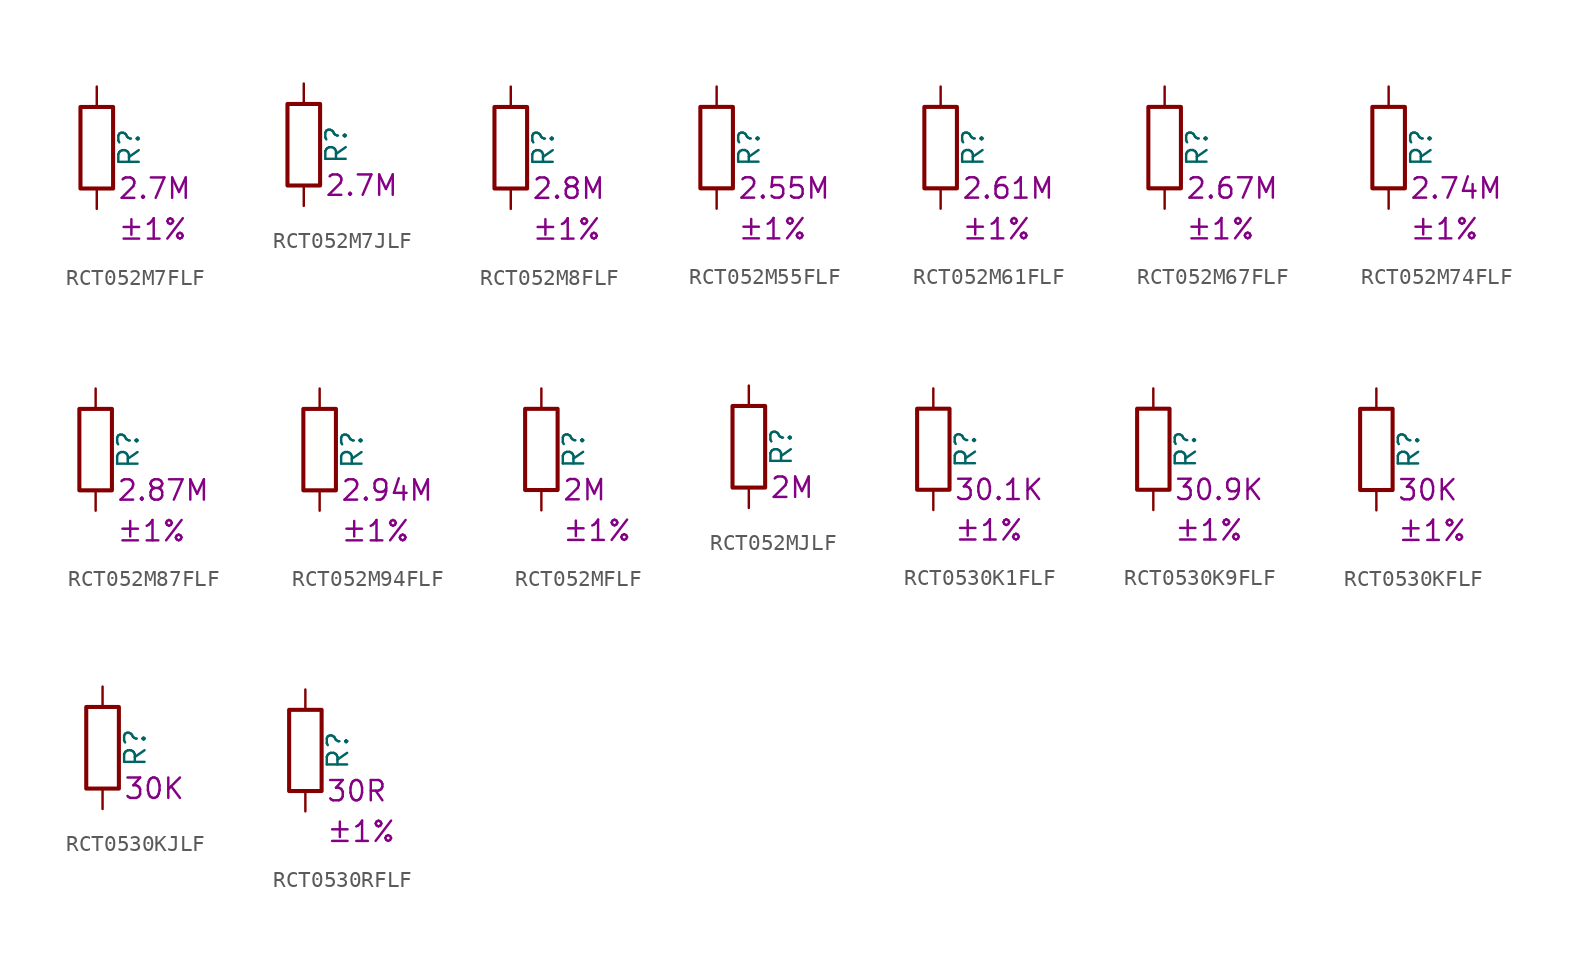
<source format=kicad_sym>
(kicad_symbol_lib
  (version 20220914)
  (generator kicad_symbol_editor)
  (symbol "RCT052M7FLF"
    (pin_numbers hide)
    (pin_names
      (offset 0))
    (property "Reference" "R"
      (at 2.032 0 90)
      (effects (font (size 1.27 1.27))))
    (property "Resistance" "2.7M"
      (at 1.27 -2.54 0)
      (effects (font (size 1.27 1.27)) (justify left)))
    (property "Tolerance" "±1%"
      (at 1.27 -5.08 0)
      (effects (font (size 1.27 1.27)) (justify left)))
    (symbol "RCT052M7FLF_0_1"
      (rectangle (start -1.016 -2.54) (end 1.016 2.54) (stroke (width 0.254) (type default)) (fill (type none))))
    (symbol "RCT052M7FLF_1_1"
      (pin passive line (at 0 3.81 270) (length 1.27) (name "~" (effects (font (size 1.27 1.27)))) (number "1" (effects (font (size 1.27 1.27)))))
      (pin passive line (at 0 -3.81 90) (length 1.27) (name "~" (effects (font (size 1.27 1.27)))) (number "2" (effects (font (size 1.27 1.27)))))))
  (symbol "RCT052M7JLF"
    (pin_numbers hide)
    (pin_names
      (offset 0))
    (property "Reference" "R"
      (at 2.032 0 90)
      (effects (font (size 1.27 1.27))))
    (property "Resistance" "2.7M"
      (at 1.27 -2.54 0)
      (effects (font (size 1.27 1.27)) (justify left)))
    (symbol "RCT052M7JLF_0_1"
      (rectangle (start -1.016 -2.54) (end 1.016 2.54) (stroke (width 0.254) (type default)) (fill (type none))))
    (symbol "RCT052M7JLF_1_1"
      (pin passive line (at 0 3.81 270) (length 1.27) (name "~" (effects (font (size 1.27 1.27)))) (number "1" (effects (font (size 1.27 1.27)))))
      (pin passive line (at 0 -3.81 90) (length 1.27) (name "~" (effects (font (size 1.27 1.27)))) (number "2" (effects (font (size 1.27 1.27)))))))
  (symbol "RCT052M8FLF"
    (pin_numbers hide)
    (pin_names
      (offset 0))
    (property "Reference" "R"
      (at 2.032 0 90)
      (effects (font (size 1.27 1.27))))
    (property "Resistance" "2.8M"
      (at 1.27 -2.54 0)
      (effects (font (size 1.27 1.27)) (justify left)))
    (property "Tolerance" "±1%"
      (at 1.27 -5.08 0)
      (effects (font (size 1.27 1.27)) (justify left)))
    (symbol "RCT052M8FLF_0_1"
      (rectangle (start -1.016 -2.54) (end 1.016 2.54) (stroke (width 0.254) (type default)) (fill (type none))))
    (symbol "RCT052M8FLF_1_1"
      (pin passive line (at 0 3.81 270) (length 1.27) (name "~" (effects (font (size 1.27 1.27)))) (number "1" (effects (font (size 1.27 1.27)))))
      (pin passive line (at 0 -3.81 90) (length 1.27) (name "~" (effects (font (size 1.27 1.27)))) (number "2" (effects (font (size 1.27 1.27)))))))
  (symbol "RCT052M55FLF"
    (pin_numbers hide)
    (pin_names
      (offset 0))
    (property "Reference" "R"
      (at 2.032 0 90)
      (effects (font (size 1.27 1.27))))
    (property "Resistance" "2.55M"
      (at 1.27 -2.54 0)
      (effects (font (size 1.27 1.27)) (justify left)))
    (property "Tolerance" "±1%"
      (at 1.27 -5.08 0)
      (effects (font (size 1.27 1.27)) (justify left)))
    (symbol "RCT052M55FLF_0_1"
      (rectangle (start -1.016 -2.54) (end 1.016 2.54) (stroke (width 0.254) (type default)) (fill (type none))))
    (symbol "RCT052M55FLF_1_1"
      (pin passive line (at 0 3.81 270) (length 1.27) (name "~" (effects (font (size 1.27 1.27)))) (number "1" (effects (font (size 1.27 1.27)))))
      (pin passive line (at 0 -3.81 90) (length 1.27) (name "~" (effects (font (size 1.27 1.27)))) (number "2" (effects (font (size 1.27 1.27)))))))
  (symbol "RCT052M61FLF"
    (pin_numbers hide)
    (pin_names
      (offset 0))
    (property "Reference" "R"
      (at 2.032 0 90)
      (effects (font (size 1.27 1.27))))
    (property "Resistance" "2.61M"
      (at 1.27 -2.54 0)
      (effects (font (size 1.27 1.27)) (justify left)))
    (property "Tolerance" "±1%"
      (at 1.27 -5.08 0)
      (effects (font (size 1.27 1.27)) (justify left)))
    (symbol "RCT052M61FLF_0_1"
      (rectangle (start -1.016 -2.54) (end 1.016 2.54) (stroke (width 0.254) (type default)) (fill (type none))))
    (symbol "RCT052M61FLF_1_1"
      (pin passive line (at 0 3.81 270) (length 1.27) (name "~" (effects (font (size 1.27 1.27)))) (number "1" (effects (font (size 1.27 1.27)))))
      (pin passive line (at 0 -3.81 90) (length 1.27) (name "~" (effects (font (size 1.27 1.27)))) (number "2" (effects (font (size 1.27 1.27)))))))
  (symbol "RCT052M67FLF"
    (pin_numbers hide)
    (pin_names
      (offset 0))
    (property "Reference" "R"
      (at 2.032 0 90)
      (effects (font (size 1.27 1.27))))
    (property "Resistance" "2.67M"
      (at 1.27 -2.54 0)
      (effects (font (size 1.27 1.27)) (justify left)))
    (property "Tolerance" "±1%"
      (at 1.27 -5.08 0)
      (effects (font (size 1.27 1.27)) (justify left)))
    (symbol "RCT052M67FLF_0_1"
      (rectangle (start -1.016 -2.54) (end 1.016 2.54) (stroke (width 0.254) (type default)) (fill (type none))))
    (symbol "RCT052M67FLF_1_1"
      (pin passive line (at 0 3.81 270) (length 1.27) (name "~" (effects (font (size 1.27 1.27)))) (number "1" (effects (font (size 1.27 1.27)))))
      (pin passive line (at 0 -3.81 90) (length 1.27) (name "~" (effects (font (size 1.27 1.27)))) (number "2" (effects (font (size 1.27 1.27)))))))
  (symbol "RCT052M74FLF"
    (pin_numbers hide)
    (pin_names
      (offset 0))
    (property "Reference" "R"
      (at 2.032 0 90)
      (effects (font (size 1.27 1.27))))
    (property "Resistance" "2.74M"
      (at 1.27 -2.54 0)
      (effects (font (size 1.27 1.27)) (justify left)))
    (property "Tolerance" "±1%"
      (at 1.27 -5.08 0)
      (effects (font (size 1.27 1.27)) (justify left)))
    (symbol "RCT052M74FLF_0_1"
      (rectangle (start -1.016 -2.54) (end 1.016 2.54) (stroke (width 0.254) (type default)) (fill (type none))))
    (symbol "RCT052M74FLF_1_1"
      (pin passive line (at 0 3.81 270) (length 1.27) (name "~" (effects (font (size 1.27 1.27)))) (number "1" (effects (font (size 1.27 1.27)))))
      (pin passive line (at 0 -3.81 90) (length 1.27) (name "~" (effects (font (size 1.27 1.27)))) (number "2" (effects (font (size 1.27 1.27)))))))
  (symbol "RCT052M87FLF"
    (pin_numbers hide)
    (pin_names
      (offset 0))
    (property "Reference" "R"
      (at 2.032 0 90)
      (effects (font (size 1.27 1.27))))
    (property "Resistance" "2.87M"
      (at 1.27 -2.54 0)
      (effects (font (size 1.27 1.27)) (justify left)))
    (property "Tolerance" "±1%"
      (at 1.27 -5.08 0)
      (effects (font (size 1.27 1.27)) (justify left)))
    (symbol "RCT052M87FLF_0_1"
      (rectangle (start -1.016 -2.54) (end 1.016 2.54) (stroke (width 0.254) (type default)) (fill (type none))))
    (symbol "RCT052M87FLF_1_1"
      (pin passive line (at 0 3.81 270) (length 1.27) (name "~" (effects (font (size 1.27 1.27)))) (number "1" (effects (font (size 1.27 1.27)))))
      (pin passive line (at 0 -3.81 90) (length 1.27) (name "~" (effects (font (size 1.27 1.27)))) (number "2" (effects (font (size 1.27 1.27)))))))
  (symbol "RCT052M94FLF"
    (pin_numbers hide)
    (pin_names
      (offset 0))
    (property "Reference" "R"
      (at 2.032 0 90)
      (effects (font (size 1.27 1.27))))
    (property "Resistance" "2.94M"
      (at 1.27 -2.54 0)
      (effects (font (size 1.27 1.27)) (justify left)))
    (property "Tolerance" "±1%"
      (at 1.27 -5.08 0)
      (effects (font (size 1.27 1.27)) (justify left)))
    (symbol "RCT052M94FLF_0_1"
      (rectangle (start -1.016 -2.54) (end 1.016 2.54) (stroke (width 0.254) (type default)) (fill (type none))))
    (symbol "RCT052M94FLF_1_1"
      (pin passive line (at 0 3.81 270) (length 1.27) (name "~" (effects (font (size 1.27 1.27)))) (number "1" (effects (font (size 1.27 1.27)))))
      (pin passive line (at 0 -3.81 90) (length 1.27) (name "~" (effects (font (size 1.27 1.27)))) (number "2" (effects (font (size 1.27 1.27)))))))
  (symbol "RCT052MFLF"
    (pin_numbers hide)
    (pin_names
      (offset 0))
    (property "Reference" "R"
      (at 2.032 0 90)
      (effects (font (size 1.27 1.27))))
    (property "Resistance" "2M"
      (at 1.27 -2.54 0)
      (effects (font (size 1.27 1.27)) (justify left)))
    (property "Tolerance" "±1%"
      (at 1.27 -5.08 0)
      (effects (font (size 1.27 1.27)) (justify left)))
    (symbol "RCT052MFLF_0_1"
      (rectangle (start -1.016 -2.54) (end 1.016 2.54) (stroke (width 0.254) (type default)) (fill (type none))))
    (symbol "RCT052MFLF_1_1"
      (pin passive line (at 0 3.81 270) (length 1.27) (name "~" (effects (font (size 1.27 1.27)))) (number "1" (effects (font (size 1.27 1.27)))))
      (pin passive line (at 0 -3.81 90) (length 1.27) (name "~" (effects (font (size 1.27 1.27)))) (number "2" (effects (font (size 1.27 1.27)))))))
  (symbol "RCT052MJLF"
    (pin_numbers hide)
    (pin_names
      (offset 0))
    (property "Reference" "R"
      (at 2.032 0 90)
      (effects (font (size 1.27 1.27))))
    (property "Resistance" "2M"
      (at 1.27 -2.54 0)
      (effects (font (size 1.27 1.27)) (justify left)))
    (symbol "RCT052MJLF_0_1"
      (rectangle (start -1.016 -2.54) (end 1.016 2.54) (stroke (width 0.254) (type default)) (fill (type none))))
    (symbol "RCT052MJLF_1_1"
      (pin passive line (at 0 3.81 270) (length 1.27) (name "~" (effects (font (size 1.27 1.27)))) (number "1" (effects (font (size 1.27 1.27)))))
      (pin passive line (at 0 -3.81 90) (length 1.27) (name "~" (effects (font (size 1.27 1.27)))) (number "2" (effects (font (size 1.27 1.27)))))))
  (symbol "RCT0530K1FLF"
    (pin_numbers hide)
    (pin_names
      (offset 0))
    (property "Reference" "R"
      (at 2.032 0 90)
      (effects (font (size 1.27 1.27))))
    (property "Resistance" "30.1K"
      (at 1.27 -2.54 0)
      (effects (font (size 1.27 1.27)) (justify left)))
    (property "Tolerance" "±1%"
      (at 1.27 -5.08 0)
      (effects (font (size 1.27 1.27)) (justify left)))
    (symbol "RCT0530K1FLF_0_1"
      (rectangle (start -1.016 -2.54) (end 1.016 2.54) (stroke (width 0.254) (type default)) (fill (type none))))
    (symbol "RCT0530K1FLF_1_1"
      (pin passive line (at 0 3.81 270) (length 1.27) (name "~" (effects (font (size 1.27 1.27)))) (number "1" (effects (font (size 1.27 1.27)))))
      (pin passive line (at 0 -3.81 90) (length 1.27) (name "~" (effects (font (size 1.27 1.27)))) (number "2" (effects (font (size 1.27 1.27)))))))
  (symbol "RCT0530K9FLF"
    (pin_numbers hide)
    (pin_names
      (offset 0))
    (property "Reference" "R"
      (at 2.032 0 90)
      (effects (font (size 1.27 1.27))))
    (property "Resistance" "30.9K"
      (at 1.27 -2.54 0)
      (effects (font (size 1.27 1.27)) (justify left)))
    (property "Tolerance" "±1%"
      (at 1.27 -5.08 0)
      (effects (font (size 1.27 1.27)) (justify left)))
    (symbol "RCT0530K9FLF_0_1"
      (rectangle (start -1.016 -2.54) (end 1.016 2.54) (stroke (width 0.254) (type default)) (fill (type none))))
    (symbol "RCT0530K9FLF_1_1"
      (pin passive line (at 0 3.81 270) (length 1.27) (name "~" (effects (font (size 1.27 1.27)))) (number "1" (effects (font (size 1.27 1.27)))))
      (pin passive line (at 0 -3.81 90) (length 1.27) (name "~" (effects (font (size 1.27 1.27)))) (number "2" (effects (font (size 1.27 1.27)))))))
  (symbol "RCT0530KFLF"
    (pin_numbers hide)
    (pin_names
      (offset 0))
    (property "Reference" "R"
      (at 2.032 0 90)
      (effects (font (size 1.27 1.27))))
    (property "Resistance" "30K"
      (at 1.27 -2.54 0)
      (effects (font (size 1.27 1.27)) (justify left)))
    (property "Tolerance" "±1%"
      (at 1.27 -5.08 0)
      (effects (font (size 1.27 1.27)) (justify left)))
    (symbol "RCT0530KFLF_0_1"
      (rectangle (start -1.016 -2.54) (end 1.016 2.54) (stroke (width 0.254) (type default)) (fill (type none))))
    (symbol "RCT0530KFLF_1_1"
      (pin passive line (at 0 3.81 270) (length 1.27) (name "~" (effects (font (size 1.27 1.27)))) (number "1" (effects (font (size 1.27 1.27)))))
      (pin passive line (at 0 -3.81 90) (length 1.27) (name "~" (effects (font (size 1.27 1.27)))) (number "2" (effects (font (size 1.27 1.27)))))))
  (symbol "RCT0530KJLF"
    (pin_numbers hide)
    (pin_names
      (offset 0))
    (property "Reference" "R"
      (at 2.032 0 90)
      (effects (font (size 1.27 1.27))))
    (property "Resistance" "30K"
      (at 1.27 -2.54 0)
      (effects (font (size 1.27 1.27)) (justify left)))
    (symbol "RCT0530KJLF_0_1"
      (rectangle (start -1.016 -2.54) (end 1.016 2.54) (stroke (width 0.254) (type default)) (fill (type none))))
    (symbol "RCT0530KJLF_1_1"
      (pin passive line (at 0 3.81 270) (length 1.27) (name "~" (effects (font (size 1.27 1.27)))) (number "1" (effects (font (size 1.27 1.27)))))
      (pin passive line (at 0 -3.81 90) (length 1.27) (name "~" (effects (font (size 1.27 1.27)))) (number "2" (effects (font (size 1.27 1.27)))))))
  (symbol "RCT0530RFLF"
    (pin_numbers hide)
    (pin_names
      (offset 0))
    (property "Reference" "R"
      (at 2.032 0 90)
      (effects (font (size 1.27 1.27))))
    (property "Resistance" "30R"
      (at 1.27 -2.54 0)
      (effects (font (size 1.27 1.27)) (justify left)))
    (property "Tolerance" "±1%"
      (at 1.27 -5.08 0)
      (effects (font (size 1.27 1.27)) (justify left)))
    (symbol "RCT0530RFLF_0_1"
      (rectangle (start -1.016 -2.54) (end 1.016 2.54) (stroke (width 0.254) (type default)) (fill (type none))))
    (symbol "RCT0530RFLF_1_1"
      (pin passive line (at 0 3.81 270) (length 1.27) (name "~" (effects (font (size 1.27 1.27)))) (number "1" (effects (font (size 1.27 1.27)))))
      (pin passive line (at 0 -3.81 90) (length 1.27) (name "~" (effects (font (size 1.27 1.27)))) (number "2" (effects (font (size 1.27 1.27))))))))
</source>
